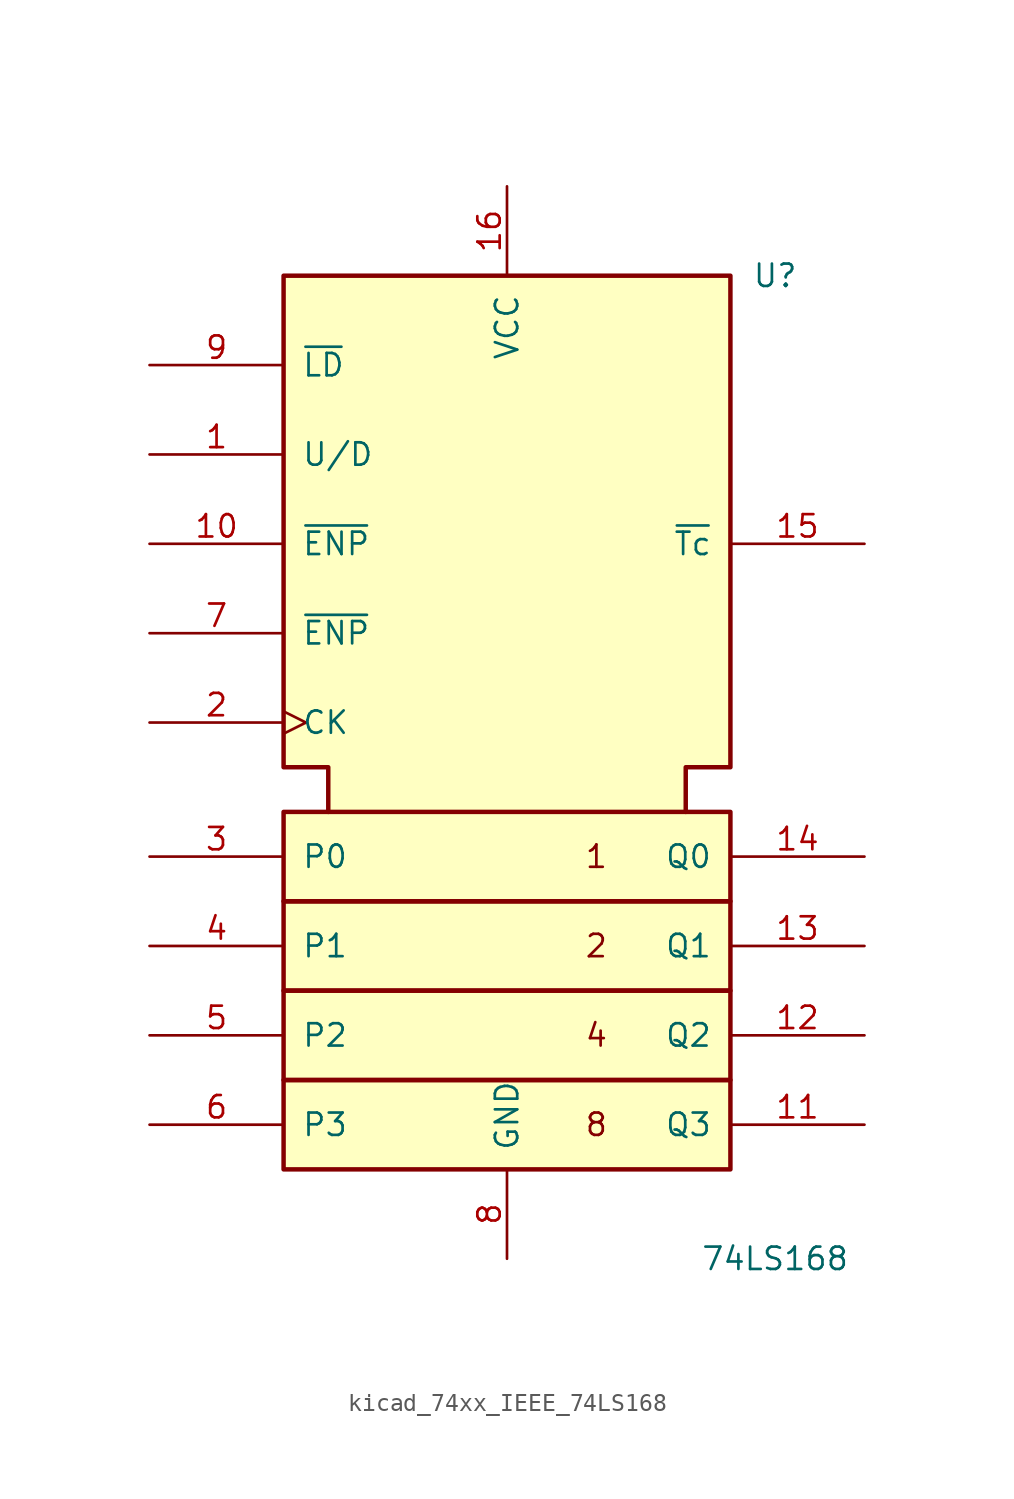
<source format=kicad_sym>
(kicad_symbol_lib
  (version 20220914)
  (generator kicad_symbol_editor)
  (symbol "kicad_74xx_IEEE_74LS168"
    (pin_names
      (offset 1.016))
    (property "Reference" "U"
      (at 15.24 27.94 0)
      (effects (font (size 1.27 1.27))))
    (property "Value" "74LS168"
      (at 15.24 -27.94 0)
      (effects (font (size 1.27 1.27))))
    (symbol "kicad_74xx_IEEE_74LS168_0_0"
      (rectangle (start -12.7 -17.78) (end 12.7 -22.86) (stroke (width 0.254) (type default)) (fill (type background)))
      (rectangle (start -12.7 -12.7) (end 12.7 -17.78) (stroke (width 0.254) (type default)) (fill (type background)))
      (rectangle (start -12.7 -7.62) (end 12.7 -12.7) (stroke (width 0.254) (type default)) (fill (type background)))
      (rectangle (start -12.7 -2.54) (end 12.7 -7.62) (stroke (width 0.254) (type default)) (fill (type background)))
      (polyline (pts (xy -10.16 -2.54) (xy -10.16 0) (xy -12.7 0) (xy -12.7 27.94) (xy 12.7 27.94) (xy 12.7 0) (xy 10.16 0) (xy 10.16 -2.54) (xy 10.16 -2.54)) (stroke (width 0.254) (type default)) (fill (type background)))
      (text "1" (at 5.08 -5.08 0) (effects (font (size 1.27 1.27))))
      (text "2" (at 5.08 -10.16 0) (effects (font (size 1.27 1.27))))
      (text "4" (at 5.08 -15.24 0) (effects (font (size 1.27 1.27))))
      (text "8" (at 5.08 -20.32 0) (effects (font (size 1.27 1.27))))
      (pin power_in line (at 0 33.02 270) (length 5.08) (name "VCC" (effects (font (size 1.27 1.27)))) (number "16" (effects (font (size 1.27 1.27)))))
      (pin power_in line (at 0 -27.94 90) (length 5.08) (name "GND" (effects (font (size 1.27 1.27)))) (number "8" (effects (font (size 1.27 1.27))))))
    (symbol "kicad_74xx_IEEE_74LS168_1_1"
      (pin input line (at -20.32 17.78 0) (length 7.62) (name "U/D" (effects (font (size 1.27 1.27)))) (number "1" (effects (font (size 1.27 1.27)))))
      (pin input line (at -20.32 12.7 0) (length 7.62) (name "~{ENP}" (effects (font (size 1.27 1.27)))) (number "10" (effects (font (size 1.27 1.27)))))
      (pin output line (at 20.32 -20.32 180) (length 7.62) (name "Q3" (effects (font (size 1.27 1.27)))) (number "11" (effects (font (size 1.27 1.27)))))
      (pin output line (at 20.32 -15.24 180) (length 7.62) (name "Q2" (effects (font (size 1.27 1.27)))) (number "12" (effects (font (size 1.27 1.27)))))
      (pin output line (at 20.32 -10.16 180) (length 7.62) (name "Q1" (effects (font (size 1.27 1.27)))) (number "13" (effects (font (size 1.27 1.27)))))
      (pin output line (at 20.32 -5.08 180) (length 7.62) (name "Q0" (effects (font (size 1.27 1.27)))) (number "14" (effects (font (size 1.27 1.27)))))
      (pin output line (at 20.32 12.7 180) (length 7.62) (name "~{Tc}" (effects (font (size 1.27 1.27)))) (number "15" (effects (font (size 1.27 1.27)))))
      (pin input clock (at -20.32 2.54 0) (length 7.62) (name "CK" (effects (font (size 1.27 1.27)))) (number "2" (effects (font (size 1.27 1.27)))))
      (pin input line (at -20.32 -5.08 0) (length 7.62) (name "P0" (effects (font (size 1.27 1.27)))) (number "3" (effects (font (size 1.27 1.27)))))
      (pin input line (at -20.32 -10.16 0) (length 7.62) (name "P1" (effects (font (size 1.27 1.27)))) (number "4" (effects (font (size 1.27 1.27)))))
      (pin input line (at -20.32 -15.24 0) (length 7.62) (name "P2" (effects (font (size 1.27 1.27)))) (number "5" (effects (font (size 1.27 1.27)))))
      (pin input line (at -20.32 -20.32 0) (length 7.62) (name "P3" (effects (font (size 1.27 1.27)))) (number "6" (effects (font (size 1.27 1.27)))))
      (pin input line (at -20.32 7.62 0) (length 7.62) (name "~{ENP}" (effects (font (size 1.27 1.27)))) (number "7" (effects (font (size 1.27 1.27)))))
      (pin input line (at -20.32 22.86 0) (length 7.62) (name "~{LD}" (effects (font (size 1.27 1.27)))) (number "9" (effects (font (size 1.27 1.27))))))))
</source>
